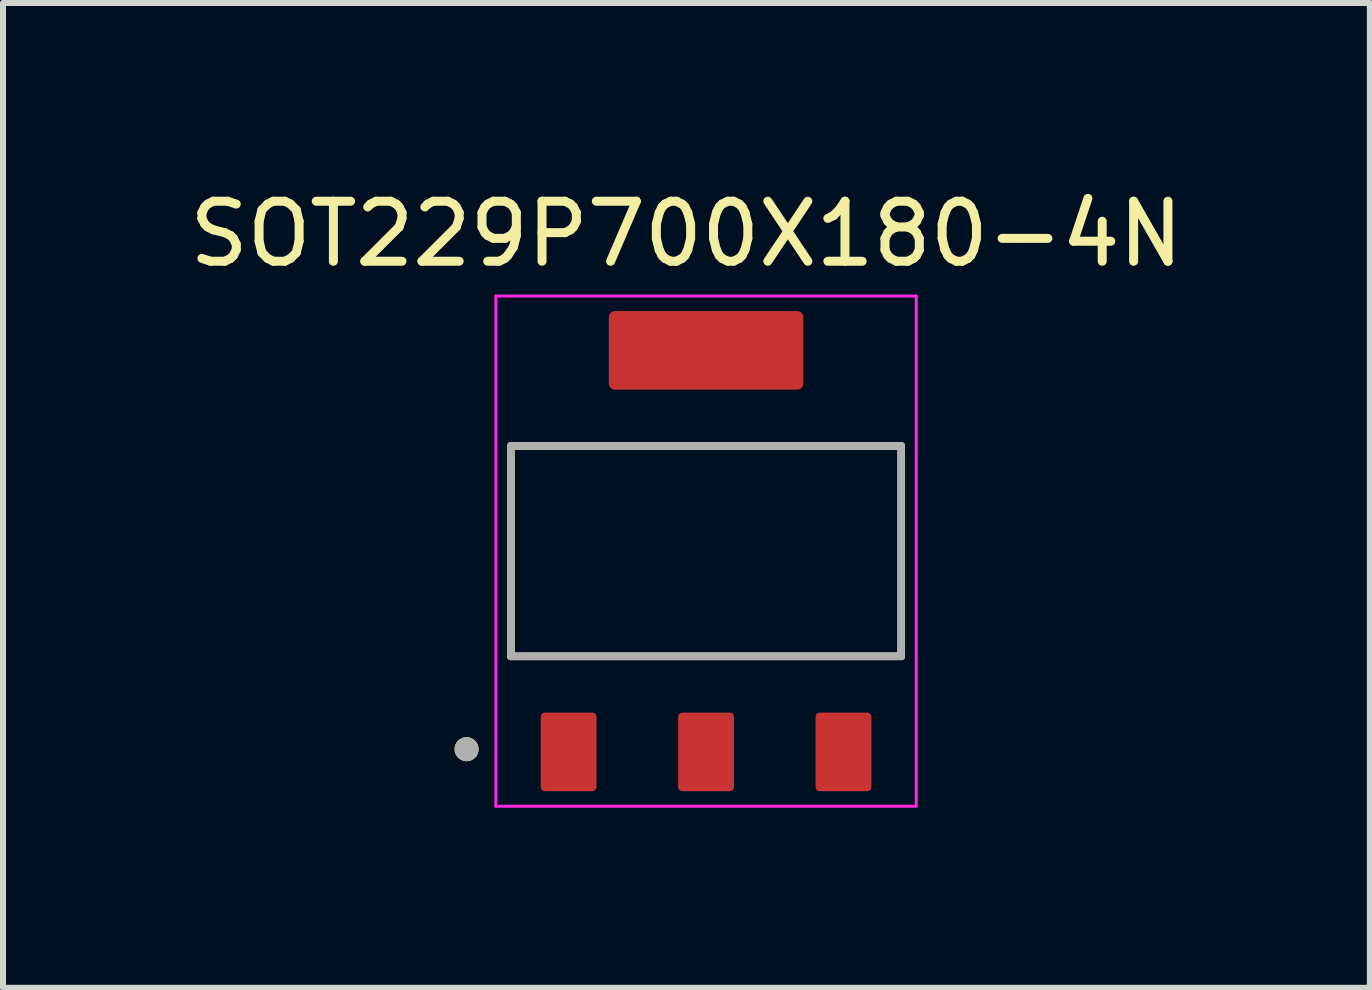
<source format=kicad_pcb>
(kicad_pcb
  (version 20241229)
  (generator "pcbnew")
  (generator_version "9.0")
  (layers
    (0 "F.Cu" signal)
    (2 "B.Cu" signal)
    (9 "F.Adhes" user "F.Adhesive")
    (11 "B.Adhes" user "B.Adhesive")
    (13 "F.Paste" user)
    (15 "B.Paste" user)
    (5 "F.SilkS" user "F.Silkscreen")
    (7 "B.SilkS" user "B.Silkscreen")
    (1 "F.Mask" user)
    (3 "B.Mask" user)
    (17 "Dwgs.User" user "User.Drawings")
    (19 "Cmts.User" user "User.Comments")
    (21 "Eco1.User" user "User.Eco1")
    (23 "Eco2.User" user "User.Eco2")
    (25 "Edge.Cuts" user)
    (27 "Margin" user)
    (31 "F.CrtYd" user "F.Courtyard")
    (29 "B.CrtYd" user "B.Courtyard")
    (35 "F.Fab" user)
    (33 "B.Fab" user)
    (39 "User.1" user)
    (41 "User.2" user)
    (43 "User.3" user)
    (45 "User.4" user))
  (footprint "SOT229P700X180-4N"
    (layer "F.Cu")
    (at 8.714 6.133)
    (property "Reference" "SOT229P700X180-4N" (at -0.328 -5.285 0) (layer "F.SilkS") (effects (font (size 1 1) (thickness 0.15))))
    (attr smd)
    (fp_line (start -3.252 -1.752) (end 3.252 -1.752) (stroke (width 0.127) (type solid)) (layer "F.SilkS"))
    (fp_line (start -3.252 1.752) (end -3.252 -1.752) (stroke (width 0.127) (type solid)) (layer "F.SilkS"))
    (fp_line (start 3.252 -1.752) (end 3.252 1.752) (stroke (width 0.127) (type solid)) (layer "F.SilkS"))
    (fp_line (start 3.252 1.752) (end -3.252 1.752) (stroke (width 0.127) (type solid)) (layer "F.SilkS"))
    (fp_circle (center -3.99 3.3) (end -3.89 3.3) (stroke (width 0.2) (type solid)) (fill no) (layer "F.SilkS"))
    (fp_line (start -3.502 -4.25) (end -3.502 4.25) (stroke (width 0.05) (type solid)) (layer "F.CrtYd"))
    (fp_line (start -3.502 4.25) (end 3.502 4.25) (stroke (width 0.05) (type solid)) (layer "F.CrtYd"))
    (fp_line (start 3.502 -4.25) (end -3.502 -4.25) (stroke (width 0.05) (type solid)) (layer "F.CrtYd"))
    (fp_line (start 3.502 4.25) (end 3.502 -4.25) (stroke (width 0.05) (type solid)) (layer "F.CrtYd"))
    (fp_line (start -3.252 -1.752) (end 3.252 -1.752) (stroke (width 0.127) (type solid)) (layer "F.Fab"))
    (fp_line (start -3.252 1.752) (end -3.252 -1.752) (stroke (width 0.127) (type solid)) (layer "F.Fab"))
    (fp_line (start 3.252 -1.752) (end 3.252 1.752) (stroke (width 0.127) (type solid)) (layer "F.Fab"))
    (fp_line (start 3.252 1.752) (end -3.252 1.752) (stroke (width 0.127) (type solid)) (layer "F.Fab"))
    (fp_circle (center -3.99 3.3) (end -3.89 3.3) (stroke (width 0.2) (type solid)) (fill no) (layer "F.Fab"))
    (pad "1" smd roundrect (at -2.29 3.345) (size 0.93 1.31) (layers "F.Cu" "F.Mask" "F.Paste") (roundrect_rratio 0.075))
    (pad "2" smd roundrect (at 0 3.345) (size 0.93 1.31) (layers "F.Cu" "F.Mask" "F.Paste") (roundrect_rratio 0.075))
    (pad "3" smd roundrect (at 2.29 3.345) (size 0.93 1.31) (layers "F.Cu" "F.Mask" "F.Paste") (roundrect_rratio 0.075))
    (pad "4" smd roundrect (at 0 -3.345) (size 3.24 1.31) (layers "F.Cu" "F.Mask" "F.Paste") (roundrect_rratio 0.075)))
  (gr_rect
    (start -3 -3)
    (end 19.774 13.408)
    (stroke (width 0.1) (type default))
    (fill no)
    (layer "Edge.Cuts")))
</source>
